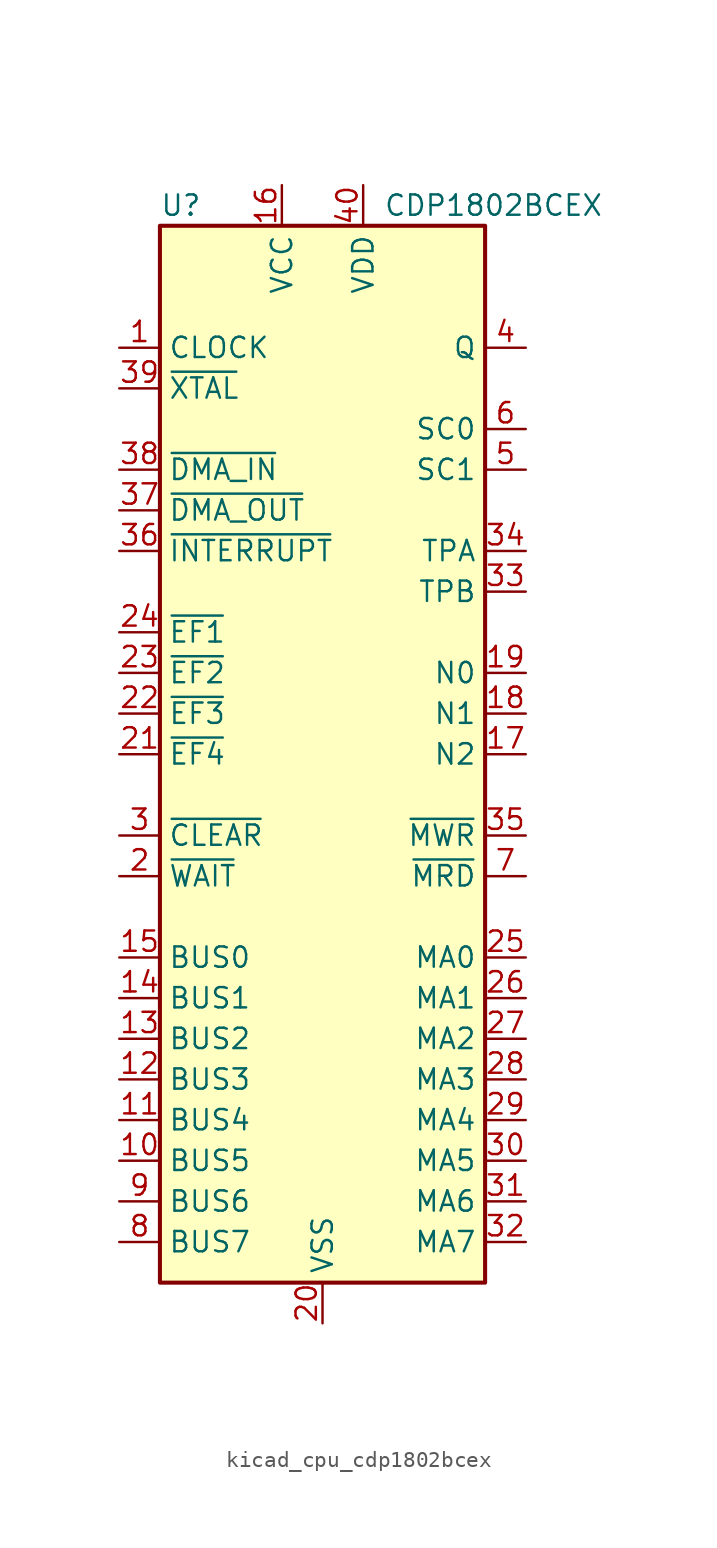
<source format=kicad_sym>
(kicad_symbol_lib
  (version 20220914)
  (generator kicad_symbol_editor)
  (symbol "kicad_cpu_cdp1802bcex"
    (property "Reference" "U"
      (at -10.16 34.29 0)
      (effects (font (size 1.27 1.27)) (justify left)))
    (property "Value" "CDP1802BCEX"
      (at 3.81 34.29 0)
      (effects (font (size 1.27 1.27)) (justify left)))
    (symbol "kicad_cpu_cdp1802bcex_0_1"
      (rectangle (start -10.16 33.02) (end 10.16 -33.02) (stroke (width 0.254) (type default)) (fill (type background))))
    (symbol "kicad_cpu_cdp1802bcex_1_1"
      (pin input line (at -12.7 25.4 0) (length 2.54) (name "CLOCK" (effects (font (size 1.27 1.27)))) (number "1" (effects (font (size 1.27 1.27)))))
      (pin bidirectional line (at -12.7 -25.4 0) (length 2.54) (name "BUS5" (effects (font (size 1.27 1.27)))) (number "10" (effects (font (size 1.27 1.27)))))
      (pin bidirectional line (at -12.7 -22.86 0) (length 2.54) (name "BUS4" (effects (font (size 1.27 1.27)))) (number "11" (effects (font (size 1.27 1.27)))))
      (pin bidirectional line (at -12.7 -20.32 0) (length 2.54) (name "BUS3" (effects (font (size 1.27 1.27)))) (number "12" (effects (font (size 1.27 1.27)))))
      (pin bidirectional line (at -12.7 -17.78 0) (length 2.54) (name "BUS2" (effects (font (size 1.27 1.27)))) (number "13" (effects (font (size 1.27 1.27)))))
      (pin bidirectional line (at -12.7 -15.24 0) (length 2.54) (name "BUS1" (effects (font (size 1.27 1.27)))) (number "14" (effects (font (size 1.27 1.27)))))
      (pin bidirectional line (at -12.7 -12.7 0) (length 2.54) (name "BUS0" (effects (font (size 1.27 1.27)))) (number "15" (effects (font (size 1.27 1.27)))))
      (pin power_in line (at -2.54 35.56 270) (length 2.54) (name "VCC" (effects (font (size 1.27 1.27)))) (number "16" (effects (font (size 1.27 1.27)))))
      (pin output line (at 12.7 0 180) (length 2.54) (name "N2" (effects (font (size 1.27 1.27)))) (number "17" (effects (font (size 1.27 1.27)))))
      (pin output line (at 12.7 2.54 180) (length 2.54) (name "N1" (effects (font (size 1.27 1.27)))) (number "18" (effects (font (size 1.27 1.27)))))
      (pin output line (at 12.7 5.08 180) (length 2.54) (name "N0" (effects (font (size 1.27 1.27)))) (number "19" (effects (font (size 1.27 1.27)))))
      (pin input line (at -12.7 -7.62 0) (length 2.54) (name "~{WAIT}" (effects (font (size 1.27 1.27)))) (number "2" (effects (font (size 1.27 1.27)))))
      (pin power_in line (at 0 -35.56 90) (length 2.54) (name "VSS" (effects (font (size 1.27 1.27)))) (number "20" (effects (font (size 1.27 1.27)))))
      (pin input line (at -12.7 0 0) (length 2.54) (name "~{EF4}" (effects (font (size 1.27 1.27)))) (number "21" (effects (font (size 1.27 1.27)))))
      (pin input line (at -12.7 2.54 0) (length 2.54) (name "~{EF3}" (effects (font (size 1.27 1.27)))) (number "22" (effects (font (size 1.27 1.27)))))
      (pin input line (at -12.7 5.08 0) (length 2.54) (name "~{EF2}" (effects (font (size 1.27 1.27)))) (number "23" (effects (font (size 1.27 1.27)))))
      (pin input line (at -12.7 7.62 0) (length 2.54) (name "~{EF1}" (effects (font (size 1.27 1.27)))) (number "24" (effects (font (size 1.27 1.27)))))
      (pin output line (at 12.7 -12.7 180) (length 2.54) (name "MA0" (effects (font (size 1.27 1.27)))) (number "25" (effects (font (size 1.27 1.27)))))
      (pin output line (at 12.7 -15.24 180) (length 2.54) (name "MA1" (effects (font (size 1.27 1.27)))) (number "26" (effects (font (size 1.27 1.27)))))
      (pin output line (at 12.7 -17.78 180) (length 2.54) (name "MA2" (effects (font (size 1.27 1.27)))) (number "27" (effects (font (size 1.27 1.27)))))
      (pin output line (at 12.7 -20.32 180) (length 2.54) (name "MA3" (effects (font (size 1.27 1.27)))) (number "28" (effects (font (size 1.27 1.27)))))
      (pin output line (at 12.7 -22.86 180) (length 2.54) (name "MA4" (effects (font (size 1.27 1.27)))) (number "29" (effects (font (size 1.27 1.27)))))
      (pin input line (at -12.7 -5.08 0) (length 2.54) (name "~{CLEAR}" (effects (font (size 1.27 1.27)))) (number "3" (effects (font (size 1.27 1.27)))))
      (pin output line (at 12.7 -25.4 180) (length 2.54) (name "MA5" (effects (font (size 1.27 1.27)))) (number "30" (effects (font (size 1.27 1.27)))))
      (pin output line (at 12.7 -27.94 180) (length 2.54) (name "MA6" (effects (font (size 1.27 1.27)))) (number "31" (effects (font (size 1.27 1.27)))))
      (pin output line (at 12.7 -30.48 180) (length 2.54) (name "MA7" (effects (font (size 1.27 1.27)))) (number "32" (effects (font (size 1.27 1.27)))))
      (pin output line (at 12.7 10.16 180) (length 2.54) (name "TPB" (effects (font (size 1.27 1.27)))) (number "33" (effects (font (size 1.27 1.27)))))
      (pin output line (at 12.7 12.7 180) (length 2.54) (name "TPA" (effects (font (size 1.27 1.27)))) (number "34" (effects (font (size 1.27 1.27)))))
      (pin output line (at 12.7 -5.08 180) (length 2.54) (name "~{MWR}" (effects (font (size 1.27 1.27)))) (number "35" (effects (font (size 1.27 1.27)))))
      (pin input line (at -12.7 12.7 0) (length 2.54) (name "~{INTERRUPT}" (effects (font (size 1.27 1.27)))) (number "36" (effects (font (size 1.27 1.27)))))
      (pin input line (at -12.7 15.24 0) (length 2.54) (name "~{DMA_OUT}" (effects (font (size 1.27 1.27)))) (number "37" (effects (font (size 1.27 1.27)))))
      (pin input line (at -12.7 17.78 0) (length 2.54) (name "~{DMA_IN}" (effects (font (size 1.27 1.27)))) (number "38" (effects (font (size 1.27 1.27)))))
      (pin output line (at -12.7 22.86 0) (length 2.54) (name "~{XTAL}" (effects (font (size 1.27 1.27)))) (number "39" (effects (font (size 1.27 1.27)))))
      (pin output line (at 12.7 25.4 180) (length 2.54) (name "Q" (effects (font (size 1.27 1.27)))) (number "4" (effects (font (size 1.27 1.27)))))
      (pin power_in line (at 2.54 35.56 270) (length 2.54) (name "VDD" (effects (font (size 1.27 1.27)))) (number "40" (effects (font (size 1.27 1.27)))))
      (pin output line (at 12.7 17.78 180) (length 2.54) (name "SC1" (effects (font (size 1.27 1.27)))) (number "5" (effects (font (size 1.27 1.27)))))
      (pin output line (at 12.7 20.32 180) (length 2.54) (name "SC0" (effects (font (size 1.27 1.27)))) (number "6" (effects (font (size 1.27 1.27)))))
      (pin output line (at 12.7 -7.62 180) (length 2.54) (name "~{MRD}" (effects (font (size 1.27 1.27)))) (number "7" (effects (font (size 1.27 1.27)))))
      (pin bidirectional line (at -12.7 -30.48 0) (length 2.54) (name "BUS7" (effects (font (size 1.27 1.27)))) (number "8" (effects (font (size 1.27 1.27)))))
      (pin bidirectional line (at -12.7 -27.94 0) (length 2.54) (name "BUS6" (effects (font (size 1.27 1.27)))) (number "9" (effects (font (size 1.27 1.27))))))))
</source>
